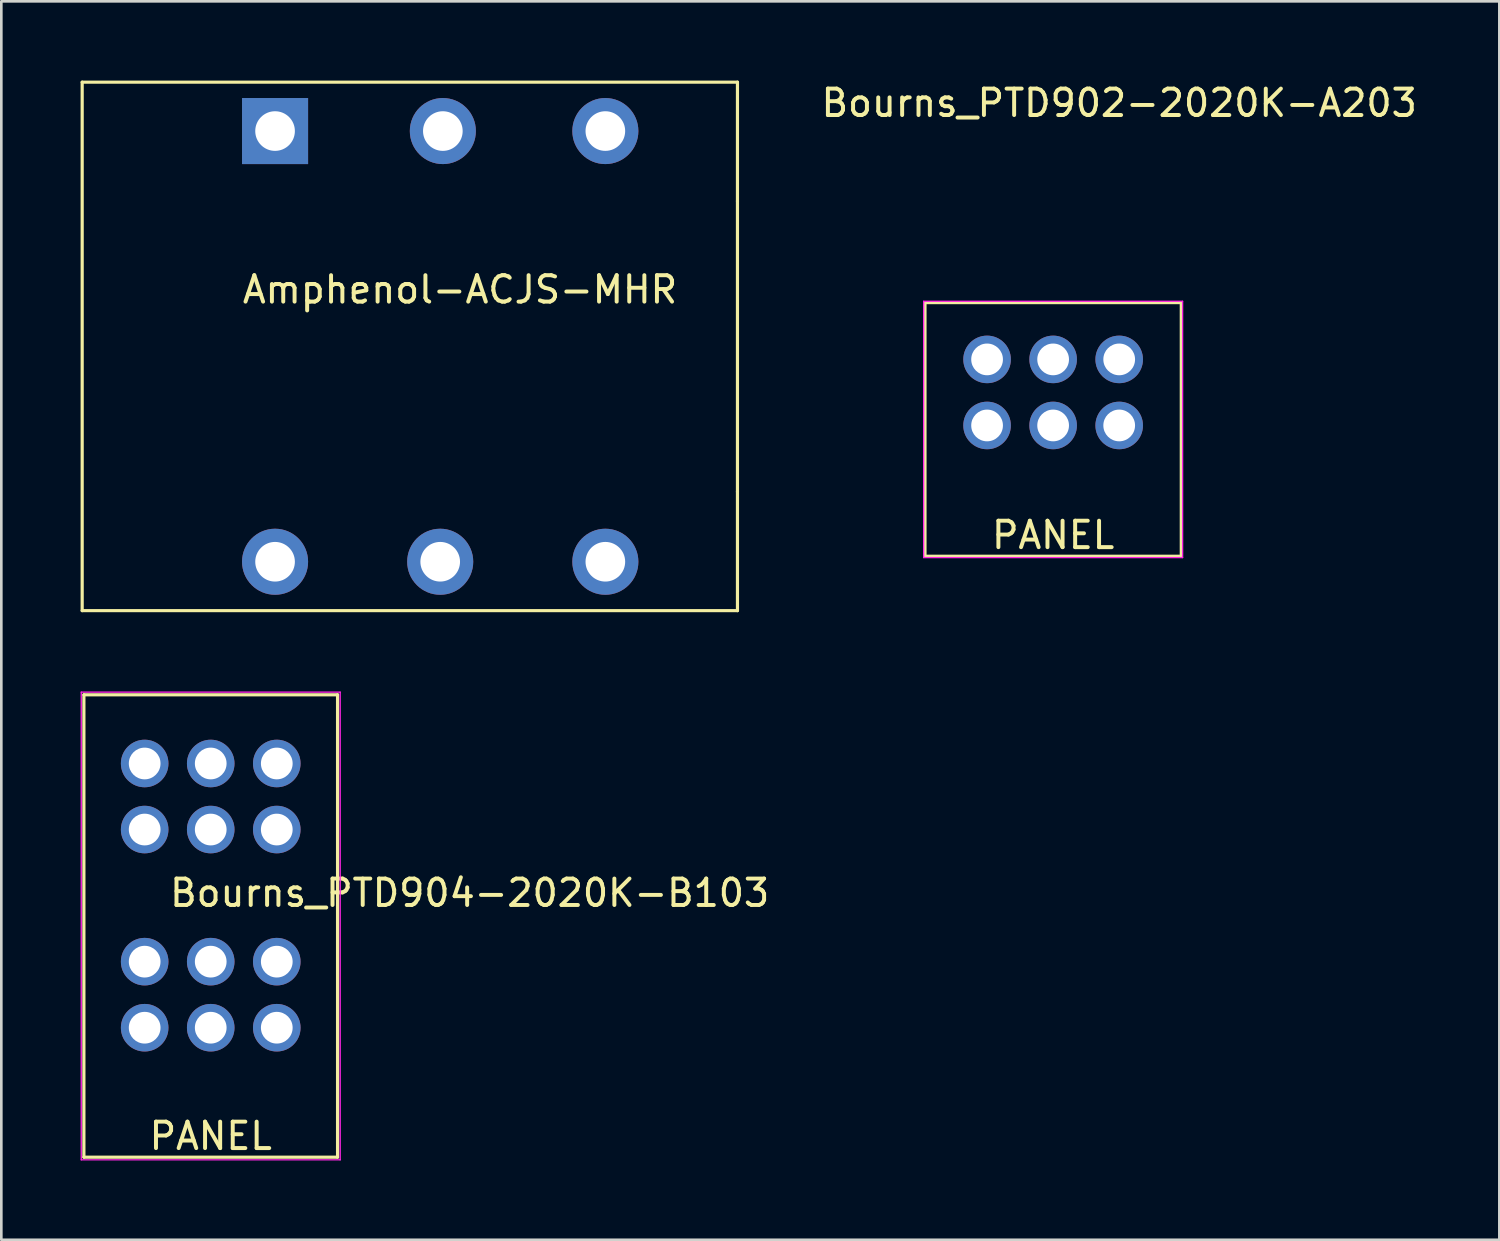
<source format=kicad_pcb>
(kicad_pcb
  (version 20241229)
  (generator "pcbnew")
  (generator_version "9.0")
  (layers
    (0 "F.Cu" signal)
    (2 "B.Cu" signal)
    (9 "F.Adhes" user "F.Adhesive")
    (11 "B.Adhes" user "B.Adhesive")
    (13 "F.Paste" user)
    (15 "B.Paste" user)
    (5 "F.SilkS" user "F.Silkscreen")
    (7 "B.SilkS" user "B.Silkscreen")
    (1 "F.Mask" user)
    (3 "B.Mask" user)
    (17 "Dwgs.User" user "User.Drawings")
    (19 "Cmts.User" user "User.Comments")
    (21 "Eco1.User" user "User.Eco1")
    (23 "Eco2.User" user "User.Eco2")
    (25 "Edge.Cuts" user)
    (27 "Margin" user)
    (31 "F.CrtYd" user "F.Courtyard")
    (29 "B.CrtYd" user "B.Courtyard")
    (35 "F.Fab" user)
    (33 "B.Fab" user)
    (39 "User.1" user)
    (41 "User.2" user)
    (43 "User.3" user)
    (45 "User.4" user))
  (footprint "Bourns_PTD902-2020K-A203"
    (layer "F.Cu")
    (at 36.807 13.052)
    (property "Reference" "Bourns_PTD902-2020K-A203" (at 2.5 -12.204 0) (layer "F.SilkS") (effects (font (size 1 1) (thickness 0.15))))
    (attr through_hole)
    (fp_line (start -4.85 -4.65) (end 4.85 -4.65) (stroke (width 0.12) (type solid)) (layer "F.SilkS"))
    (fp_line (start -4.85 4.95) (end -4.85 -4.65) (stroke (width 0.12) (type solid)) (layer "F.SilkS"))
    (fp_line (start 4.85 -4.65) (end 4.85 4.95) (stroke (width 0.12) (type solid)) (layer "F.SilkS"))
    (fp_line (start 4.85 4.95) (end -4.85 4.95) (stroke (width 0.12) (type solid)) (layer "F.SilkS"))
    (fp_line (start -4.9 -4.7) (end 4.9 -4.7) (stroke (width 0.05) (type solid)) (layer "F.CrtYd"))
    (fp_line (start -4.9 5) (end -4.9 -4.7) (stroke (width 0.05) (type solid)) (layer "F.CrtYd"))
    (fp_line (start -4.9 5) (end 4.9 5) (stroke (width 0.05) (type solid)) (layer "F.CrtYd"))
    (fp_line (start 4.9 5) (end 4.9 -4.7) (stroke (width 0.05) (type solid)) (layer "F.CrtYd"))
    (fp_text user "PANEL" (at 0 4.15 0) (layer "F.SilkS") (effects (font (size 1 1) (thickness 0.15))))
    (pad "1" thru_hole circle (at -2.5 0) (size 1.8 1.8) (drill 1.2) (layers "*.Cu" "*.Mask"))
    (pad "2" thru_hole circle (at 0 0) (size 1.8 1.8) (drill 1.2) (layers "*.Cu" "*.Mask"))
    (pad "3" thru_hole circle (at 2.5 0) (size 1.8 1.8) (drill 1.2) (layers "*.Cu" "*.Mask"))
    (pad "4" thru_hole circle (at -2.5 -2.5) (size 1.8 1.8) (drill 1.2) (layers "*.Cu" "*.Mask"))
    (pad "5" thru_hole circle (at 0 -2.5) (size 1.8 1.8) (drill 1.2) (layers "*.Cu" "*.Mask"))
    (pad "6" thru_hole circle (at 2.5 -2.5) (size 1.8 1.8) (drill 1.2) (layers "*.Cu" "*.Mask")))
  (footprint "Bourns_PTD904-2020K-B103"
    (layer "F.Cu")
    (at 4.925 35.845)
    (property "Reference" "Bourns_PTD904-2020K-B103" (at 9.8 -5.1 0) (layer "F.SilkS") (effects (font (size 1 1) (thickness 0.15))))
    (attr through_hole)
    (fp_line (start -4.8 -12.6) (end 4.8 -12.6) (stroke (width 0.12) (type solid)) (layer "F.SilkS"))
    (fp_line (start -4.8 4.9) (end -4.8 -12.6) (stroke (width 0.12) (type solid)) (layer "F.SilkS"))
    (fp_line (start 4.8 -12.6) (end 4.8 4.9) (stroke (width 0.12) (type solid)) (layer "F.SilkS"))
    (fp_line (start 4.8 4.9) (end -4.8 4.9) (stroke (width 0.12) (type solid)) (layer "F.SilkS"))
    (fp_line (start -4.9 -12.7) (end 4.9 -12.7) (stroke (width 0.05) (type solid)) (layer "F.CrtYd"))
    (fp_line (start -4.9 5) (end -4.9 -12.7) (stroke (width 0.05) (type solid)) (layer "F.CrtYd"))
    (fp_line (start -4.9 5) (end 4.9 5) (stroke (width 0.05) (type solid)) (layer "F.CrtYd"))
    (fp_line (start 4.9 5) (end 4.9 -12.7) (stroke (width 0.05) (type solid)) (layer "F.CrtYd"))
    (fp_text user "PANEL" (at 0 4.1 0) (layer "F.SilkS") (effects (font (size 1 1) (thickness 0.15))))
    (pad "R11" thru_hole circle (at -2.5 0) (size 1.8 1.8) (drill 1.2) (layers "*.Cu" "*.Mask"))
    (pad "R12" thru_hole circle (at 0 0) (size 1.8 1.8) (drill 1.2) (layers "*.Cu" "*.Mask"))
    (pad "R13" thru_hole circle (at 2.5 0) (size 1.8 1.8) (drill 1.2) (layers "*.Cu" "*.Mask"))
    (pad "R21" thru_hole circle (at -2.5 -2.5) (size 1.8 1.8) (drill 1.2) (layers "*.Cu" "*.Mask"))
    (pad "R22" thru_hole circle (at 0 -2.5) (size 1.8 1.8) (drill 1.2) (layers "*.Cu" "*.Mask"))
    (pad "R23" thru_hole circle (at 2.5 -2.5) (size 1.8 1.8) (drill 1.2) (layers "*.Cu" "*.Mask"))
    (pad "R31" thru_hole circle (at -2.5 -7.5) (size 1.8 1.8) (drill 1.2) (layers "*.Cu" "*.Mask"))
    (pad "R32" thru_hole circle (at 0 -7.5) (size 1.8 1.8) (drill 1.2) (layers "*.Cu" "*.Mask"))
    (pad "R33" thru_hole circle (at 2.5 -7.5) (size 1.8 1.8) (drill 1.2) (layers "*.Cu" "*.Mask"))
    (pad "R41" thru_hole circle (at -2.5 -10) (size 1.8 1.8) (drill 1.2) (layers "*.Cu" "*.Mask"))
    (pad "R42" thru_hole circle (at 0 -10) (size 1.8 1.8) (drill 1.2) (layers "*.Cu" "*.Mask"))
    (pad "R43" thru_hole circle (at 2.5 -10) (size 1.8 1.8) (drill 1.2) (layers "*.Cu" "*.Mask")))
  (footprint "Amphenol-ACJS-MHR"
    (layer "F.Cu")
    (at 7.36 1.91)
    (property "Reference" "Amphenol-ACJS-MHR" (at 7 6 0) (layer "F.SilkS") (effects (font (size 1 1) (thickness 0.15))))
    (attr through_hole)
    (fp_line (start -7.3 -1.85) (end -7.3 18.15) (stroke (width 0.12) (type solid)) (layer "F.SilkS"))
    (fp_line (start -7.3 -1.85) (end 17.5 -1.85) (stroke (width 0.12) (type solid)) (layer "F.SilkS"))
    (fp_line (start -7.3 18.15) (end 17.5 18.15) (stroke (width 0.12) (type solid)) (layer "F.SilkS"))
    (fp_line (start 17.5 -1.85) (end 17.5 2.65) (stroke (width 0.12) (type solid)) (layer "F.SilkS"))
    (fp_line (start 17.5 2.65) (end 17.5 13.65) (stroke (width 0.12) (type solid)) (layer "F.SilkS"))
    (fp_line (start 17.5 18.15) (end 17.5 13.65) (stroke (width 0.12) (type solid)) (layer "F.SilkS"))
    (pad "R" thru_hole circle (at 6.35 0) (size 2.5 2.5) (drill 1.5) (layers "*.Cu" "*.Mask"))
    (pad "RN" thru_hole circle (at 6.25 16.3) (size 2.5 2.5) (drill 1.5) (layers "*.Cu" "*.Mask"))
    (pad "S" thru_hole circle (at 12.5 0) (size 2.5 2.5) (drill 1.5) (layers "*.Cu" "*.Mask"))
    (pad "SN" thru_hole circle (at 12.5 16.3) (size 2.5 2.5) (drill 1.5) (layers "*.Cu" "*.Mask"))
    (pad "T" thru_hole rect (at 0 0) (size 2.5 2.5) (drill 1.5) (layers "*.Cu" "*.Mask"))
    (pad "TN" thru_hole circle (at 0 16.3) (size 2.5 2.5) (drill 1.5) (layers "*.Cu" "*.Mask")))
  (gr_rect
    (start -3 -3)
    (end 53.694 43.87)
    (stroke (width 0.1) (type default))
    (fill no)
    (layer "Edge.Cuts")))
</source>
